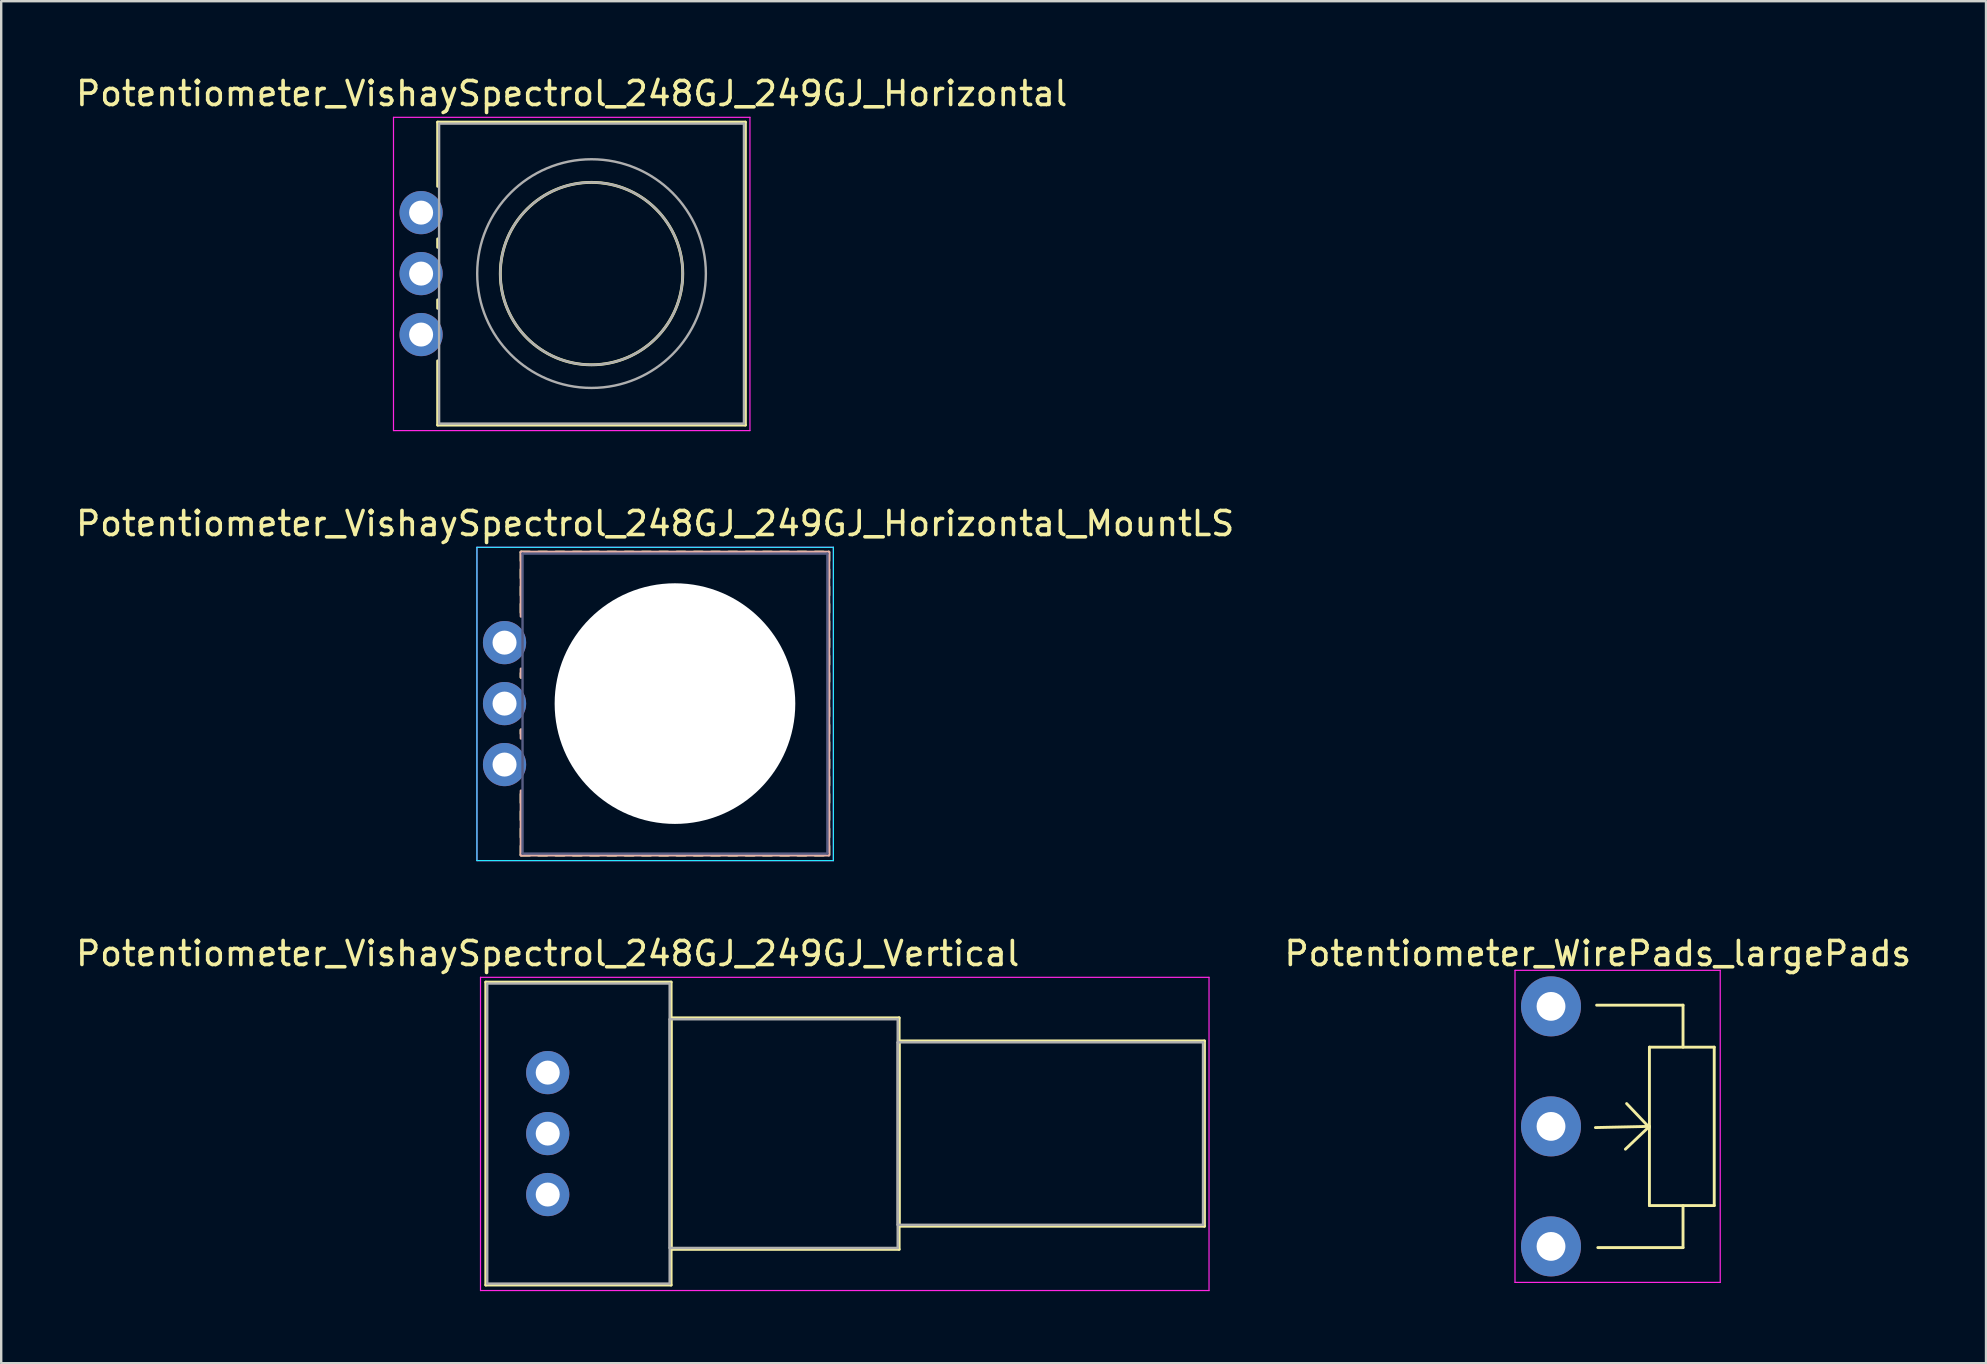
<source format=kicad_pcb>
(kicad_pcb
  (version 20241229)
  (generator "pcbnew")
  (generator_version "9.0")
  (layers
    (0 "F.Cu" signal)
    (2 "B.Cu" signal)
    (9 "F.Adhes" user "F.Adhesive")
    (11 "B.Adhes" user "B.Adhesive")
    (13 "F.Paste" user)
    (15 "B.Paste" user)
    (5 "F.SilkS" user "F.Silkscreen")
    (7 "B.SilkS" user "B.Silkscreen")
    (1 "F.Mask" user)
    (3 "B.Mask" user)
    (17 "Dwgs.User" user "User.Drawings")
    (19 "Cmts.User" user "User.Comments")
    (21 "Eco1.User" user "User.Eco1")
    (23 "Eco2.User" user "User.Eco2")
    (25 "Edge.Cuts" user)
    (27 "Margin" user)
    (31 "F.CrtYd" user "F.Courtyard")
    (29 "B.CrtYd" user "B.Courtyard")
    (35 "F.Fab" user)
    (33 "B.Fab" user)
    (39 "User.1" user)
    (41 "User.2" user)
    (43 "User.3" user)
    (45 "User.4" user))
  (footprint "Potentiometer_WirePads_largePads"
    (layer "F.Cu")
    (at 61.565 38.875)
    (property "Reference" "Potentiometer_WirePads_largePads" (at 1.95 -2.2 0) (layer "F.SilkS") (effects (font (size 1 1) (thickness 0.15))))
    (attr through_hole)
    (fp_line (start 4.1 1.7) (end 6.8 1.7) (stroke (width 0.12) (type solid)) (layer "F.SilkS"))
    (fp_line (start 4.1 5) (end 1.85 5.05) (stroke (width 0.12) (type solid)) (layer "F.SilkS"))
    (fp_line (start 4.1 5) (end 3.1 5.95) (stroke (width 0.12) (type solid)) (layer "F.SilkS"))
    (fp_line (start 4.1 5.05) (end 3.15 4.05) (stroke (width 0.12) (type solid)) (layer "F.SilkS"))
    (fp_line (start 4.1 8.3) (end 4.1 1.7) (stroke (width 0.12) (type solid)) (layer "F.SilkS"))
    (fp_line (start 5.5 -0.05) (end 1.9 -0.05) (stroke (width 0.12) (type solid)) (layer "F.SilkS"))
    (fp_line (start 5.5 1.7) (end 5.5 -0.05) (stroke (width 0.12) (type solid)) (layer "F.SilkS"))
    (fp_line (start 5.5 8.3) (end 5.5 10.05) (stroke (width 0.12) (type solid)) (layer "F.SilkS"))
    (fp_line (start 5.5 10.05) (end 1.95 10.05) (stroke (width 0.12) (type solid)) (layer "F.SilkS"))
    (fp_line (start 6.8 1.7) (end 6.8 8.3) (stroke (width 0.12) (type solid)) (layer "F.SilkS"))
    (fp_line (start 6.8 8.3) (end 4.1 8.3) (stroke (width 0.12) (type solid)) (layer "F.SilkS"))
    (fp_line (start -1.5 -1.5) (end -1.5 11.5) (stroke (width 0.05) (type solid)) (layer "F.CrtYd"))
    (fp_line (start -1.5 -1.5) (end 7.05 -1.5) (stroke (width 0.05) (type solid)) (layer "F.CrtYd"))
    (fp_line (start 7.05 11.5) (end -1.5 11.5) (stroke (width 0.05) (type solid)) (layer "F.CrtYd"))
    (fp_line (start 7.05 11.5) (end 7.05 -1.5) (stroke (width 0.05) (type solid)) (layer "F.CrtYd"))
    (pad "1" thru_hole circle (at 0 0) (size 2.5 2.5) (drill 1.2) (layers "*.Cu" "*.Mask"))
    (pad "2" thru_hole circle (at 0 5) (size 2.5 2.5) (drill 1.2) (layers "*.Cu" "*.Mask"))
    (pad "3" thru_hole circle (at 0 10) (size 2.5 2.5) (drill 1.2) (layers "*.Cu" "*.Mask")))
  (footprint "Potentiometer_VishaySpectrol_248GJ_249GJ_Horizontal_MountLS"
    (layer "F.Cu")
    (at 17.969 28.802)
    (property "Reference" "Potentiometer_VishaySpectrol_248GJ_249GJ_Horizontal_MountLS" (at 6.275 -10.04 0) (layer "F.SilkS") (effects (font (size 1 1) (thickness 0.15))))
    (attr through_hole)
    (fp_line (start 0.69 -8.85) (end 0.69 -8.49) (stroke (width 0.12) (type solid)) (layer "F.SilkS"))
    (fp_line (start 0.69 -8.85) (end 1.05 -8.85) (stroke (width 0.12) (type solid)) (layer "F.SilkS"))
    (fp_line (start 0.69 -8.13) (end 0.69 -7.77) (stroke (width 0.12) (type solid)) (layer "F.SilkS"))
    (fp_line (start 0.69 -7.41) (end 0.69 -7.051) (stroke (width 0.12) (type solid)) (layer "F.SilkS"))
    (fp_line (start 0.69 -6.69) (end 0.69 -6.33) (stroke (width 0.12) (type solid)) (layer "F.SilkS"))
    (fp_line (start 0.69 -3.81) (end 0.69 -3.635) (stroke (width 0.12) (type solid)) (layer "F.SilkS"))
    (fp_line (start 0.69 -1.445) (end 0.69 -1.29) (stroke (width 0.12) (type solid)) (layer "F.SilkS"))
    (fp_line (start 0.69 1.23) (end 0.69 1.59) (stroke (width 0.12) (type solid)) (layer "F.SilkS"))
    (fp_line (start 0.69 1.95) (end 0.69 2.31) (stroke (width 0.12) (type solid)) (layer "F.SilkS"))
    (fp_line (start 0.69 2.67) (end 0.69 3.03) (stroke (width 0.12) (type solid)) (layer "F.SilkS"))
    (fp_line (start 0.69 3.39) (end 0.69 3.75) (stroke (width 0.12) (type solid)) (layer "F.SilkS"))
    (fp_line (start 0.69 3.77) (end 1.05 3.77) (stroke (width 0.12) (type solid)) (layer "F.SilkS"))
    (fp_line (start 1.41 -8.85) (end 1.77 -8.85) (stroke (width 0.12) (type solid)) (layer "F.SilkS"))
    (fp_line (start 1.41 3.77) (end 1.77 3.77) (stroke (width 0.12) (type solid)) (layer "F.SilkS"))
    (fp_line (start 2.13 -8.85) (end 2.49 -8.85) (stroke (width 0.12) (type solid)) (layer "F.SilkS"))
    (fp_line (start 2.13 3.77) (end 2.49 3.77) (stroke (width 0.12) (type solid)) (layer "F.SilkS"))
    (fp_line (start 2.85 -8.85) (end 3.21 -8.85) (stroke (width 0.12) (type solid)) (layer "F.SilkS"))
    (fp_line (start 2.85 3.77) (end 3.21 3.77) (stroke (width 0.12) (type solid)) (layer "F.SilkS"))
    (fp_line (start 3.57 -8.85) (end 3.93 -8.85) (stroke (width 0.12) (type solid)) (layer "F.SilkS"))
    (fp_line (start 3.57 3.77) (end 3.93 3.77) (stroke (width 0.12) (type solid)) (layer "F.SilkS"))
    (fp_line (start 4.29 -8.85) (end 4.65 -8.85) (stroke (width 0.12) (type solid)) (layer "F.SilkS"))
    (fp_line (start 4.29 3.77) (end 4.65 3.77) (stroke (width 0.12) (type solid)) (layer "F.SilkS"))
    (fp_line (start 5.01 -8.85) (end 5.37 -8.85) (stroke (width 0.12) (type solid)) (layer "F.SilkS"))
    (fp_line (start 5.01 3.77) (end 5.37 3.77) (stroke (width 0.12) (type solid)) (layer "F.SilkS"))
    (fp_line (start 5.73 -8.85) (end 6.09 -8.85) (stroke (width 0.12) (type solid)) (layer "F.SilkS"))
    (fp_line (start 5.73 3.77) (end 6.09 3.77) (stroke (width 0.12) (type solid)) (layer "F.SilkS"))
    (fp_line (start 6.45 -8.85) (end 6.81 -8.85) (stroke (width 0.12) (type solid)) (layer "F.SilkS"))
    (fp_line (start 6.45 3.77) (end 6.81 3.77) (stroke (width 0.12) (type solid)) (layer "F.SilkS"))
    (fp_line (start 7.17 -8.85) (end 7.53 -8.85) (stroke (width 0.12) (type solid)) (layer "F.SilkS"))
    (fp_line (start 7.17 3.77) (end 7.53 3.77) (stroke (width 0.12) (type solid)) (layer "F.SilkS"))
    (fp_line (start 7.89 -8.85) (end 8.25 -8.85) (stroke (width 0.12) (type solid)) (layer "F.SilkS"))
    (fp_line (start 7.89 3.77) (end 8.25 3.77) (stroke (width 0.12) (type solid)) (layer "F.SilkS"))
    (fp_line (start 8.61 -8.85) (end 8.97 -8.85) (stroke (width 0.12) (type solid)) (layer "F.SilkS"))
    (fp_line (start 8.61 3.77) (end 8.97 3.77) (stroke (width 0.12) (type solid)) (layer "F.SilkS"))
    (fp_line (start 9.33 -8.85) (end 9.69 -8.85) (stroke (width 0.12) (type solid)) (layer "F.SilkS"))
    (fp_line (start 9.33 3.77) (end 9.69 3.77) (stroke (width 0.12) (type solid)) (layer "F.SilkS"))
    (fp_line (start 10.05 -8.85) (end 10.41 -8.85) (stroke (width 0.12) (type solid)) (layer "F.SilkS"))
    (fp_line (start 10.05 3.77) (end 10.41 3.77) (stroke (width 0.12) (type solid)) (layer "F.SilkS"))
    (fp_line (start 10.77 -8.85) (end 11.13 -8.85) (stroke (width 0.12) (type solid)) (layer "F.SilkS"))
    (fp_line (start 10.77 3.77) (end 11.13 3.77) (stroke (width 0.12) (type solid)) (layer "F.SilkS"))
    (fp_line (start 11.49 -8.85) (end 11.85 -8.85) (stroke (width 0.12) (type solid)) (layer "F.SilkS"))
    (fp_line (start 11.49 3.77) (end 11.85 3.77) (stroke (width 0.12) (type solid)) (layer "F.SilkS"))
    (fp_line (start 12.21 -8.85) (end 12.57 -8.85) (stroke (width 0.12) (type solid)) (layer "F.SilkS"))
    (fp_line (start 12.21 3.77) (end 12.57 3.77) (stroke (width 0.12) (type solid)) (layer "F.SilkS"))
    (fp_line (start 12.931 -8.85) (end 13.29 -8.85) (stroke (width 0.12) (type solid)) (layer "F.SilkS"))
    (fp_line (start 12.931 3.77) (end 13.29 3.77) (stroke (width 0.12) (type solid)) (layer "F.SilkS"))
    (fp_line (start 13.51 -8.85) (end 13.51 -8.49) (stroke (width 0.12) (type solid)) (layer "F.SilkS"))
    (fp_line (start 13.51 -8.13) (end 13.51 -7.77) (stroke (width 0.12) (type solid)) (layer "F.SilkS"))
    (fp_line (start 13.51 -7.41) (end 13.51 -7.051) (stroke (width 0.12) (type solid)) (layer "F.SilkS"))
    (fp_line (start 13.51 -6.69) (end 13.51 -6.33) (stroke (width 0.12) (type solid)) (layer "F.SilkS"))
    (fp_line (start 13.51 -5.971) (end 13.51 -5.611) (stroke (width 0.12) (type solid)) (layer "F.SilkS"))
    (fp_line (start 13.51 -5.251) (end 13.51 -4.89) (stroke (width 0.12) (type solid)) (layer "F.SilkS"))
    (fp_line (start 13.51 -4.53) (end 13.51 -4.17) (stroke (width 0.12) (type solid)) (layer "F.SilkS"))
    (fp_line (start 13.51 -3.81) (end 13.51 -3.45) (stroke (width 0.12) (type solid)) (layer "F.SilkS"))
    (fp_line (start 13.51 -3.09) (end 13.51 -2.73) (stroke (width 0.12) (type solid)) (layer "F.SilkS"))
    (fp_line (start 13.51 -2.37) (end 13.51 -2.01) (stroke (width 0.12) (type solid)) (layer "F.SilkS"))
    (fp_line (start 13.51 -1.65) (end 13.51 -1.29) (stroke (width 0.12) (type solid)) (layer "F.SilkS"))
    (fp_line (start 13.51 -0.93) (end 13.51 -0.57) (stroke (width 0.12) (type solid)) (layer "F.SilkS"))
    (fp_line (start 13.51 -0.21) (end 13.51 0.15) (stroke (width 0.12) (type solid)) (layer "F.SilkS"))
    (fp_line (start 13.51 0.51) (end 13.51 0.87) (stroke (width 0.12) (type solid)) (layer "F.SilkS"))
    (fp_line (start 13.51 1.23) (end 13.51 1.59) (stroke (width 0.12) (type solid)) (layer "F.SilkS"))
    (fp_line (start 13.51 1.95) (end 13.51 2.31) (stroke (width 0.12) (type solid)) (layer "F.SilkS"))
    (fp_line (start 13.51 2.67) (end 13.51 3.03) (stroke (width 0.12) (type solid)) (layer "F.SilkS"))
    (fp_line (start 13.51 3.39) (end 13.51 3.75) (stroke (width 0.12) (type solid)) (layer "F.SilkS"))
    (fp_line (start 0.69 -8.85) (end 0.69 -6.175) (stroke (width 0.12) (type solid)) (layer "B.SilkS"))
    (fp_line (start 0.69 -8.85) (end 13.51 -8.85) (stroke (width 0.12) (type solid)) (layer "B.SilkS"))
    (fp_line (start 0.69 -3.985) (end 0.69 -3.635) (stroke (width 0.12) (type solid)) (layer "B.SilkS"))
    (fp_line (start 0.69 -1.445) (end 0.69 -1.095) (stroke (width 0.12) (type solid)) (layer "B.SilkS"))
    (fp_line (start 0.69 1.095) (end 0.69 3.77) (stroke (width 0.12) (type solid)) (layer "B.SilkS"))
    (fp_line (start 0.69 3.77) (end 13.51 3.77) (stroke (width 0.12) (type solid)) (layer "B.SilkS"))
    (fp_line (start 13.51 -8.85) (end 13.51 3.77) (stroke (width 0.12) (type solid)) (layer "B.SilkS"))
    (fp_line (start -1.15 -9.05) (end -1.15 4) (stroke (width 0.05) (type solid)) (layer "B.CrtYd"))
    (fp_line (start -1.15 4) (end 13.7 4) (stroke (width 0.05) (type solid)) (layer "B.CrtYd"))
    (fp_line (start 13.7 -9.05) (end -1.15 -9.05) (stroke (width 0.05) (type solid)) (layer "B.CrtYd"))
    (fp_line (start 13.7 4) (end 13.7 -9.05) (stroke (width 0.05) (type solid)) (layer "B.CrtYd"))
    (fp_line (start -1.15 -9.05) (end -1.15 4) (stroke (width 0.05) (type solid)) (layer "F.CrtYd"))
    (fp_line (start -1.15 4) (end 13.7 4) (stroke (width 0.05) (type solid)) (layer "F.CrtYd"))
    (fp_line (start 13.7 -9.05) (end -1.15 -9.05) (stroke (width 0.05) (type solid)) (layer "F.CrtYd"))
    (fp_line (start 13.7 4) (end 13.7 -9.05) (stroke (width 0.05) (type solid)) (layer "F.CrtYd"))
    (fp_line (start 0.75 -8.79) (end 0.75 3.71) (stroke (width 0.1) (type solid)) (layer "B.Fab"))
    (fp_line (start 0.75 3.71) (end 13.45 3.71) (stroke (width 0.1) (type solid)) (layer "B.Fab"))
    (fp_line (start 13.45 -8.79) (end 0.75 -8.79) (stroke (width 0.1) (type solid)) (layer "B.Fab"))
    (fp_line (start 13.45 3.71) (end 13.45 -8.79) (stroke (width 0.1) (type solid)) (layer "B.Fab"))
    (fp_circle (center 7.1 -2.54) (end 10.9 -2.54) (stroke (width 0.1) (type solid)) (fill no) (layer "B.Fab"))
    (fp_circle (center 7.1 -2.54) (end 11.863 -2.54) (stroke (width 0.1) (type solid)) (fill no) (layer "B.Fab"))
    (pad "" np_thru_hole circle (at 7.1 -2.54) (size 10.025 10.025) (drill 10.025) (layers "*.Cu" "*.Mask"))
    (pad "1" thru_hole circle (at 0 0) (size 1.8 1.8) (drill 1) (layers "*.Cu" "*.Mask"))
    (pad "2" thru_hole circle (at 0 -2.54) (size 1.8 1.8) (drill 1) (layers "*.Cu" "*.Mask"))
    (pad "3" thru_hole circle (at 0 -5.08) (size 1.8 1.8) (drill 1) (layers "*.Cu" "*.Mask")))
  (footprint "Potentiometer_VishaySpectrol_248GJ_249GJ_Vertical"
    (layer "F.Cu")
    (at 19.768 46.715)
    (property "Reference" "Potentiometer_VishaySpectrol_248GJ_249GJ_Vertical" (at 0 -10.04 0) (layer "F.SilkS") (effects (font (size 1 1) (thickness 0.15))))
    (attr through_hole)
    (fp_line (start -2.58 -8.85) (end -2.58 3.77) (stroke (width 0.12) (type solid)) (layer "F.SilkS"))
    (fp_line (start -2.58 -8.85) (end 5.141 -8.85) (stroke (width 0.12) (type solid)) (layer "F.SilkS"))
    (fp_line (start -2.58 3.77) (end 5.141 3.77) (stroke (width 0.12) (type solid)) (layer "F.SilkS"))
    (fp_line (start 5.141 -8.85) (end 5.141 3.77) (stroke (width 0.12) (type solid)) (layer "F.SilkS"))
    (fp_line (start 5.141 -7.363) (end 5.141 2.283) (stroke (width 0.12) (type solid)) (layer "F.SilkS"))
    (fp_line (start 5.141 -7.363) (end 14.64 -7.363) (stroke (width 0.12) (type solid)) (layer "F.SilkS"))
    (fp_line (start 5.141 2.283) (end 14.64 2.283) (stroke (width 0.12) (type solid)) (layer "F.SilkS"))
    (fp_line (start 14.64 -7.363) (end 14.64 2.283) (stroke (width 0.12) (type solid)) (layer "F.SilkS"))
    (fp_line (start 14.64 -6.4) (end 14.64 1.32) (stroke (width 0.12) (type solid)) (layer "F.SilkS"))
    (fp_line (start 14.64 -6.4) (end 27.36 -6.4) (stroke (width 0.12) (type solid)) (layer "F.SilkS"))
    (fp_line (start 14.64 1.32) (end 27.36 1.32) (stroke (width 0.12) (type solid)) (layer "F.SilkS"))
    (fp_line (start 27.36 -6.4) (end 27.36 1.32) (stroke (width 0.12) (type solid)) (layer "F.SilkS"))
    (fp_line (start -2.8 -9.05) (end -2.8 4) (stroke (width 0.05) (type solid)) (layer "F.CrtYd"))
    (fp_line (start -2.8 4) (end 27.55 4) (stroke (width 0.05) (type solid)) (layer "F.CrtYd"))
    (fp_line (start 27.55 -9.05) (end -2.8 -9.05) (stroke (width 0.05) (type solid)) (layer "F.CrtYd"))
    (fp_line (start 27.55 4) (end 27.55 -9.05) (stroke (width 0.05) (type solid)) (layer "F.CrtYd"))
    (fp_line (start -2.52 -8.79) (end -2.52 3.71) (stroke (width 0.1) (type solid)) (layer "F.Fab"))
    (fp_line (start -2.52 3.71) (end 5.08 3.71) (stroke (width 0.1) (type solid)) (layer "F.Fab"))
    (fp_line (start 5.08 -8.79) (end -2.52 -8.79) (stroke (width 0.1) (type solid)) (layer "F.Fab"))
    (fp_line (start 5.08 -7.303) (end 5.08 2.223) (stroke (width 0.1) (type solid)) (layer "F.Fab"))
    (fp_line (start 5.08 2.223) (end 14.58 2.223) (stroke (width 0.1) (type solid)) (layer "F.Fab"))
    (fp_line (start 5.08 3.71) (end 5.08 -8.79) (stroke (width 0.1) (type solid)) (layer "F.Fab"))
    (fp_line (start 14.58 -7.303) (end 5.08 -7.303) (stroke (width 0.1) (type solid)) (layer "F.Fab"))
    (fp_line (start 14.58 -6.34) (end 14.58 1.26) (stroke (width 0.1) (type solid)) (layer "F.Fab"))
    (fp_line (start 14.58 1.26) (end 27.3 1.26) (stroke (width 0.1) (type solid)) (layer "F.Fab"))
    (fp_line (start 14.58 2.223) (end 14.58 -7.303) (stroke (width 0.1) (type solid)) (layer "F.Fab"))
    (fp_line (start 27.3 -6.34) (end 14.58 -6.34) (stroke (width 0.1) (type solid)) (layer "F.Fab"))
    (fp_line (start 27.3 1.26) (end 27.3 -6.34) (stroke (width 0.1) (type solid)) (layer "F.Fab"))
    (pad "1" thru_hole circle (at 0 0) (size 1.8 1.8) (drill 1) (layers "*.Cu" "*.Mask"))
    (pad "2" thru_hole circle (at 0 -2.54) (size 1.8 1.8) (drill 1) (layers "*.Cu" "*.Mask"))
    (pad "3" thru_hole circle (at 0 -5.08) (size 1.8 1.8) (drill 1) (layers "*.Cu" "*.Mask")))
  (footprint "Potentiometer_VishaySpectrol_248GJ_249GJ_Horizontal"
    (layer "F.Cu")
    (at 14.493 10.888)
    (property "Reference" "Potentiometer_VishaySpectrol_248GJ_249GJ_Horizontal" (at 6.275 -10.04 0) (layer "F.SilkS") (effects (font (size 1 1) (thickness 0.15))))
    (attr through_hole)
    (fp_line (start 0.69 -8.85) (end 0.69 -6.175) (stroke (width 0.12) (type solid)) (layer "F.SilkS"))
    (fp_line (start 0.69 -8.85) (end 13.51 -8.85) (stroke (width 0.12) (type solid)) (layer "F.SilkS"))
    (fp_line (start 0.69 -3.985) (end 0.69 -3.635) (stroke (width 0.12) (type solid)) (layer "F.SilkS"))
    (fp_line (start 0.69 -1.445) (end 0.69 -1.095) (stroke (width 0.12) (type solid)) (layer "F.SilkS"))
    (fp_line (start 0.69 1.095) (end 0.69 3.77) (stroke (width 0.12) (type solid)) (layer "F.SilkS"))
    (fp_line (start 0.69 3.77) (end 13.51 3.77) (stroke (width 0.12) (type solid)) (layer "F.SilkS"))
    (fp_line (start 13.51 -8.85) (end 13.51 3.77) (stroke (width 0.12) (type solid)) (layer "F.SilkS"))
    (fp_circle (center 7.1 -2.54) (end 10.9 -2.54) (stroke (width 0.12) (type solid)) (fill no) (layer "F.SilkS"))
    (fp_line (start -1.15 -9.05) (end -1.15 4) (stroke (width 0.05) (type solid)) (layer "F.CrtYd"))
    (fp_line (start -1.15 4) (end 13.7 4) (stroke (width 0.05) (type solid)) (layer "F.CrtYd"))
    (fp_line (start 13.7 -9.05) (end -1.15 -9.05) (stroke (width 0.05) (type solid)) (layer "F.CrtYd"))
    (fp_line (start 13.7 4) (end 13.7 -9.05) (stroke (width 0.05) (type solid)) (layer "F.CrtYd"))
    (fp_line (start 0.75 -8.79) (end 0.75 3.71) (stroke (width 0.1) (type solid)) (layer "F.Fab"))
    (fp_line (start 0.75 3.71) (end 13.45 3.71) (stroke (width 0.1) (type solid)) (layer "F.Fab"))
    (fp_line (start 13.45 -8.79) (end 0.75 -8.79) (stroke (width 0.1) (type solid)) (layer "F.Fab"))
    (fp_line (start 13.45 3.71) (end 13.45 -8.79) (stroke (width 0.1) (type solid)) (layer "F.Fab"))
    (fp_circle (center 7.1 -2.54) (end 10.9 -2.54) (stroke (width 0.1) (type solid)) (fill no) (layer "F.Fab"))
    (fp_circle (center 7.1 -2.54) (end 11.863 -2.54) (stroke (width 0.1) (type solid)) (fill no) (layer "F.Fab"))
    (pad "1" thru_hole circle (at 0 0) (size 1.8 1.8) (drill 1) (layers "*.Cu" "*.Mask"))
    (pad "2" thru_hole circle (at 0 -2.54) (size 1.8 1.8) (drill 1) (layers "*.Cu" "*.Mask"))
    (pad "3" thru_hole circle (at 0 -5.08) (size 1.8 1.8) (drill 1) (layers "*.Cu" "*.Mask")))
  (gr_rect
    (start -3 -3)
    (end 79.688 53.74)
    (stroke (width 0.1) (type default))
    (fill no)
    (layer "Edge.Cuts")))
</source>
